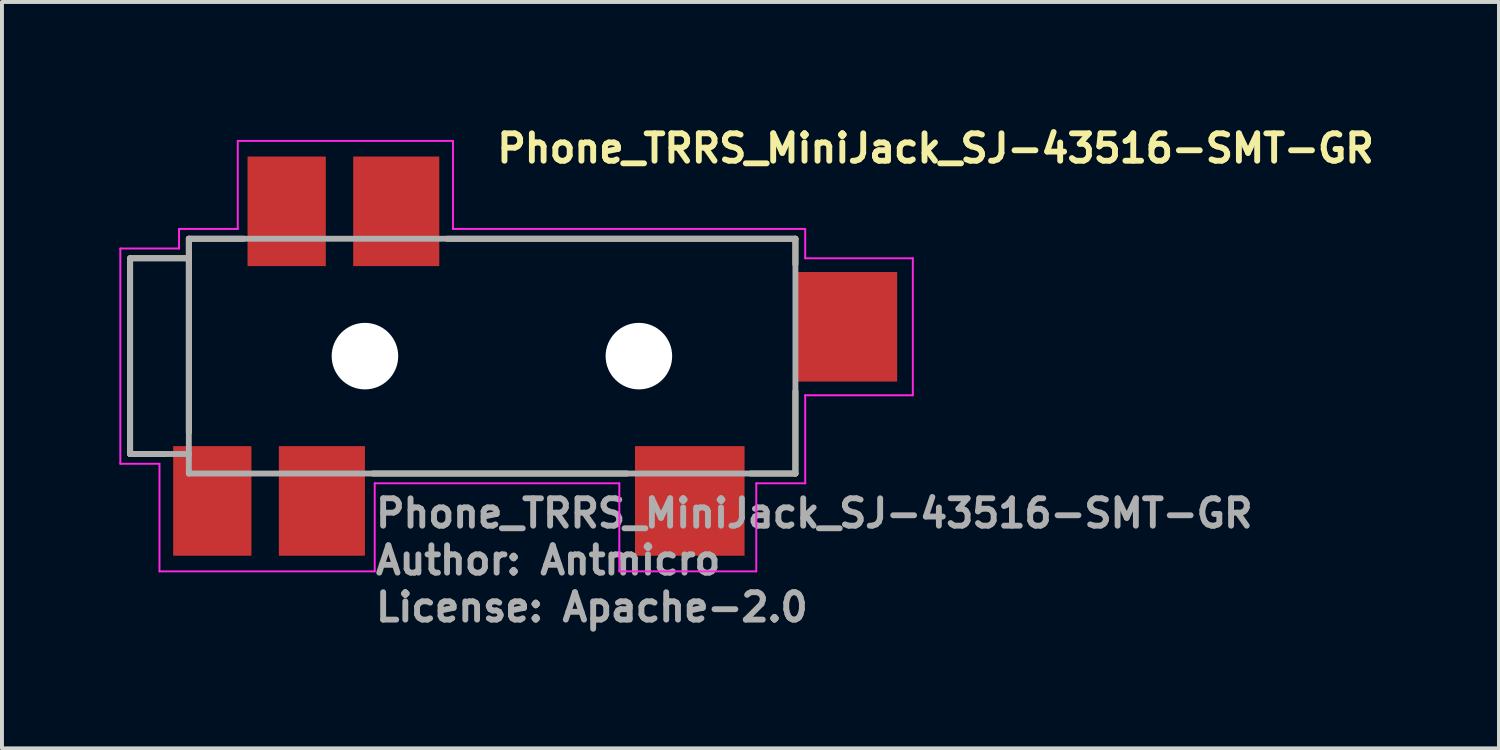
<source format=kicad_pcb>
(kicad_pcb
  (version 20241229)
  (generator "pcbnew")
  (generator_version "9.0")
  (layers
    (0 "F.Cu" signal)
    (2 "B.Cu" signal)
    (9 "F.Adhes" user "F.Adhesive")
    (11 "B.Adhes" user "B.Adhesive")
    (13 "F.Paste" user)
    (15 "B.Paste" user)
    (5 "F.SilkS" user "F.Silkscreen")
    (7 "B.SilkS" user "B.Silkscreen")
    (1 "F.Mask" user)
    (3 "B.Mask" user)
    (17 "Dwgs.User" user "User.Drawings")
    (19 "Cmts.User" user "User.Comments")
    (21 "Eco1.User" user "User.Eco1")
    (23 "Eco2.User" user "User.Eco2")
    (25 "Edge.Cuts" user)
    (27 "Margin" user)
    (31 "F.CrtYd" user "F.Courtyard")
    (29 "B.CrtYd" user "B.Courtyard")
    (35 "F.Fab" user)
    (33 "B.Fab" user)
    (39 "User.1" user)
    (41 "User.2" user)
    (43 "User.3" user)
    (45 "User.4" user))
  (footprint "Phone_TRRS_MiniJack_SJ-43516-SMT-GR"
    (layer "F.Cu")
    (at 9.525 6.05)
    (property "Reference" "Phone_TRRS_MiniJack_SJ-43516-SMT-GR" (at 0.05 -4.9 0) (layer "F.SilkS") (effects (font (size 0.7 0.7) (thickness 0.15)) (justify left bottom)))
    (attr smd)
    (fp_line (start -9.25 -2.5) (end -9.25 2.5) (stroke (width 0.15) (type solid)) (layer "F.SilkS"))
    (fp_line (start -9.25 2.5) (end -8.35 2.5) (stroke (width 0.15) (type solid)) (layer "F.SilkS"))
    (fp_line (start -7.75 -3) (end -7.75 -2.5) (stroke (width 0.15) (type solid)) (layer "F.SilkS"))
    (fp_line (start -7.75 -2.5) (end -9.25 -2.5) (stroke (width 0.15) (type solid)) (layer "F.SilkS"))
    (fp_line (start -7.75 -2.5) (end -7.75 1.95) (stroke (width 0.15) (type solid)) (layer "F.SilkS"))
    (fp_line (start -6.35 -3) (end -7.75 -3) (stroke (width 0.15) (type solid)) (layer "F.SilkS"))
    (fp_line (start -3.05 3) (end 3.45 3) (stroke (width 0.15) (type solid)) (layer "F.SilkS"))
    (fp_line (start 6.6 3) (end 7.75 3) (stroke (width 0.15) (type solid)) (layer "F.SilkS"))
    (fp_line (start 7.75 -3) (end -1.15 -3) (stroke (width 0.15) (type solid)) (layer "F.SilkS"))
    (fp_line (start 7.75 -3) (end 7.75 -2.35) (stroke (width 0.15) (type solid)) (layer "F.SilkS"))
    (fp_line (start 7.75 0.9) (end 7.75 3) (stroke (width 0.15) (type solid)) (layer "F.SilkS"))
    (fp_line (start -9.5 -2.75) (end -8 -2.75) (stroke (width 0.05) (type solid)) (layer "F.CrtYd"))
    (fp_line (start -9.5 2.75) (end -9.5 -2.75) (stroke (width 0.05) (type solid)) (layer "F.CrtYd"))
    (fp_line (start -8.5 2.75) (end -9.5 2.75) (stroke (width 0.05) (type solid)) (layer "F.CrtYd"))
    (fp_line (start -8.5 5.5) (end -8.5 2.75) (stroke (width 0.05) (type solid)) (layer "F.CrtYd"))
    (fp_line (start -8 -3.25) (end -6.5 -3.25) (stroke (width 0.05) (type solid)) (layer "F.CrtYd"))
    (fp_line (start -8 -2.75) (end -8 -3.25) (stroke (width 0.05) (type solid)) (layer "F.CrtYd"))
    (fp_line (start -6.5 -5.5) (end -1 -5.5) (stroke (width 0.05) (type solid)) (layer "F.CrtYd"))
    (fp_line (start -6.5 -3.25) (end -6.5 -5.5) (stroke (width 0.05) (type solid)) (layer "F.CrtYd"))
    (fp_line (start -3 3.25) (end -3 5.5) (stroke (width 0.05) (type solid)) (layer "F.CrtYd"))
    (fp_line (start -3 5.5) (end -8.5 5.5) (stroke (width 0.05) (type solid)) (layer "F.CrtYd"))
    (fp_line (start -1 -5.5) (end -1 -3.25) (stroke (width 0.05) (type solid)) (layer "F.CrtYd"))
    (fp_line (start -1 -3.25) (end 8 -3.25) (stroke (width 0.05) (type solid)) (layer "F.CrtYd"))
    (fp_line (start 3.25 3.25) (end -3 3.25) (stroke (width 0.05) (type solid)) (layer "F.CrtYd"))
    (fp_line (start 3.25 5.5) (end 3.25 3.25) (stroke (width 0.05) (type solid)) (layer "F.CrtYd"))
    (fp_line (start 6.75 3.25) (end 6.75 5.5) (stroke (width 0.05) (type solid)) (layer "F.CrtYd"))
    (fp_line (start 6.75 5.5) (end 3.25 5.5) (stroke (width 0.05) (type solid)) (layer "F.CrtYd"))
    (fp_line (start 8 -3.25) (end 8 -2.5) (stroke (width 0.05) (type solid)) (layer "F.CrtYd"))
    (fp_line (start 8 -2.5) (end 10.75 -2.5) (stroke (width 0.05) (type solid)) (layer "F.CrtYd"))
    (fp_line (start 8 1) (end 8 3.25) (stroke (width 0.05) (type solid)) (layer "F.CrtYd"))
    (fp_line (start 8 3.25) (end 6.75 3.25) (stroke (width 0.05) (type solid)) (layer "F.CrtYd"))
    (fp_line (start 10.75 -2.5) (end 10.75 1) (stroke (width 0.05) (type solid)) (layer "F.CrtYd"))
    (fp_line (start 10.75 1) (end 8 1) (stroke (width 0.05) (type solid)) (layer "F.CrtYd"))
    (fp_line (start -9.25 -2.5) (end -9.25 2.5) (stroke (width 0.15) (type solid)) (layer "F.Fab"))
    (fp_line (start -9.25 2.5) (end -7.75 2.5) (stroke (width 0.15) (type solid)) (layer "F.Fab"))
    (fp_line (start -7.75 -3) (end -7.75 -2.5) (stroke (width 0.15) (type solid)) (layer "F.Fab"))
    (fp_line (start -7.75 -2.5) (end -9.25 -2.5) (stroke (width 0.15) (type solid)) (layer "F.Fab"))
    (fp_line (start -7.75 -2.5) (end -7.75 2.5) (stroke (width 0.15) (type solid)) (layer "F.Fab"))
    (fp_line (start -7.75 2.5) (end -7.75 3) (stroke (width 0.15) (type solid)) (layer "F.Fab"))
    (fp_line (start -7.75 3) (end 7.75 3) (stroke (width 0.15) (type solid)) (layer "F.Fab"))
    (fp_line (start 7.75 -3) (end -7.75 -3) (stroke (width 0.15) (type solid)) (layer "F.Fab"))
    (fp_line (start 7.75 3) (end 7.75 -3) (stroke (width 0.15) (type solid)) (layer "F.Fab"))
    (fp_rect (start -9.45 -4.5) (end 9.75 4.5) (stroke (width 0.1) (type solid)) (fill no) (layer "User.5"))
    (fp_line (start -9.449 2.51) (end -9.45 2.55) (stroke (width 0.02) (type solid)) (layer "User.9"))
    (fp_line (start -9.447 2.471) (end -9.449 2.51) (stroke (width 0.02) (type solid)) (layer "User.9"))
    (fp_line (start -9.443 2.432) (end -9.447 2.471) (stroke (width 0.02) (type solid)) (layer "User.9"))
    (fp_line (start -9.437 2.393) (end -9.443 2.432) (stroke (width 0.02) (type solid)) (layer "User.9"))
    (fp_line (start -9.43 2.355) (end -9.437 2.393) (stroke (width 0.02) (type solid)) (layer "User.9"))
    (fp_line (start -9.421 2.317) (end -9.43 2.355) (stroke (width 0.02) (type solid)) (layer "User.9"))
    (fp_line (start -9.411 2.279) (end -9.421 2.317) (stroke (width 0.02) (type solid)) (layer "User.9"))
    (fp_line (start -9.399 2.242) (end -9.411 2.279) (stroke (width 0.02) (type solid)) (layer "User.9"))
    (fp_line (start -9.385 2.205) (end -9.399 2.242) (stroke (width 0.02) (type solid)) (layer "User.9"))
    (fp_line (start -9.37 2.169) (end -9.385 2.205) (stroke (width 0.02) (type solid)) (layer "User.9"))
    (fp_line (start -9.354 2.133) (end -9.37 2.169) (stroke (width 0.02) (type solid)) (layer "User.9"))
    (fp_line (start -9.336 2.099) (end -9.354 2.133) (stroke (width 0.02) (type solid)) (layer "User.9"))
    (fp_line (start -9.317 2.065) (end -9.336 2.099) (stroke (width 0.02) (type solid)) (layer "User.9"))
    (fp_line (start -9.296 2.031) (end -9.317 2.065) (stroke (width 0.02) (type solid)) (layer "User.9"))
    (fp_line (start -9.274 1.999) (end -9.296 2.031) (stroke (width 0.02) (type solid)) (layer "User.9"))
    (fp_line (start -9.25 -2.3) (end -9.05 -2.5) (stroke (width 0.02) (type solid)) (layer "User.9"))
    (fp_line (start -9.25 -2.25) (end -9.25 -2.3) (stroke (width 0.02) (type solid)) (layer "User.9"))
    (fp_line (start -9.25 -2.25) (end -9.25 -2.25) (stroke (width 0.02) (type solid)) (layer "User.9"))
    (fp_line (start -9.25 -2.102) (end -9.25 -2.25) (stroke (width 0.02) (type solid)) (layer "User.9"))
    (fp_line (start -9.25 -2.102) (end -9.25 -2.102) (stroke (width 0.02) (type solid)) (layer "User.9"))
    (fp_line (start -9.25 -1.864) (end -9.25 -2.102) (stroke (width 0.02) (type solid)) (layer "User.9"))
    (fp_line (start -9.25 -1.864) (end -9.25 -1.864) (stroke (width 0.02) (type solid)) (layer "User.9"))
    (fp_line (start -9.25 -1.544) (end -9.25 -1.864) (stroke (width 0.02) (type solid)) (layer "User.9"))
    (fp_line (start -9.25 -1.544) (end -9.25 -1.544) (stroke (width 0.02) (type solid)) (layer "User.9"))
    (fp_line (start -9.25 -1.157) (end -9.25 -1.544) (stroke (width 0.02) (type solid)) (layer "User.9"))
    (fp_line (start -9.25 -1.157) (end -9.25 -1.157) (stroke (width 0.02) (type solid)) (layer "User.9"))
    (fp_line (start -9.25 -0.72) (end -9.25 -1.157) (stroke (width 0.02) (type solid)) (layer "User.9"))
    (fp_line (start -9.25 -0.72) (end -9.25 -0.72) (stroke (width 0.02) (type solid)) (layer "User.9"))
    (fp_line (start -9.25 -0.252) (end -9.25 -0.72) (stroke (width 0.02) (type solid)) (layer "User.9"))
    (fp_line (start -9.25 -0.252) (end -9.25 -0.252) (stroke (width 0.02) (type solid)) (layer "User.9"))
    (fp_line (start -9.25 0.228) (end -9.25 -0.252) (stroke (width 0.02) (type solid)) (layer "User.9"))
    (fp_line (start -9.25 0.228) (end -9.25 0.228) (stroke (width 0.02) (type solid)) (layer "User.9"))
    (fp_line (start -9.25 0.697) (end -9.25 0.228) (stroke (width 0.02) (type solid)) (layer "User.9"))
    (fp_line (start -9.25 0.697) (end -9.25 0.697) (stroke (width 0.02) (type solid)) (layer "User.9"))
    (fp_line (start -9.25 1.136) (end -9.25 0.697) (stroke (width 0.02) (type solid)) (layer "User.9"))
    (fp_line (start -9.25 1.136) (end -9.25 1.136) (stroke (width 0.02) (type solid)) (layer "User.9"))
    (fp_line (start -9.25 1.526) (end -9.25 1.136) (stroke (width 0.02) (type solid)) (layer "User.9"))
    (fp_line (start -9.25 1.526) (end -9.25 1.526) (stroke (width 0.02) (type solid)) (layer "User.9"))
    (fp_line (start -9.25 1.849) (end -9.25 1.526) (stroke (width 0.02) (type solid)) (layer "User.9"))
    (fp_line (start -9.25 1.849) (end -9.25 1.849) (stroke (width 0.02) (type solid)) (layer "User.9"))
    (fp_line (start -9.25 1.967) (end -9.274 1.999) (stroke (width 0.02) (type solid)) (layer "User.9"))
    (fp_line (start -9.25 2.093) (end -9.25 1.849) (stroke (width 0.02) (type solid)) (layer "User.9"))
    (fp_line (start -9.25 2.093) (end -9.25 2.093) (stroke (width 0.02) (type solid)) (layer "User.9"))
    (fp_line (start -9.25 2.245) (end -9.25 2.093) (stroke (width 0.02) (type solid)) (layer "User.9"))
    (fp_line (start -9.25 2.533) (end -9.25 2.55) (stroke (width 0.02) (type solid)) (layer "User.9"))
    (fp_line (start -9.25 2.55) (end -9.45 2.55) (stroke (width 0.02) (type solid)) (layer "User.9"))
    (fp_line (start -9.249 2.517) (end -9.25 2.533) (stroke (width 0.02) (type solid)) (layer "User.9"))
    (fp_line (start -9.248 2.501) (end -9.249 2.517) (stroke (width 0.02) (type solid)) (layer "User.9"))
    (fp_line (start -9.247 2.484) (end -9.248 2.501) (stroke (width 0.02) (type solid)) (layer "User.9"))
    (fp_line (start -9.245 2.468) (end -9.247 2.484) (stroke (width 0.02) (type solid)) (layer "User.9"))
    (fp_line (start -9.243 2.451) (end -9.245 2.468) (stroke (width 0.02) (type solid)) (layer "User.9"))
    (fp_line (start -9.241 2.435) (end -9.243 2.451) (stroke (width 0.02) (type solid)) (layer "User.9"))
    (fp_line (start -9.238 2.419) (end -9.241 2.435) (stroke (width 0.02) (type solid)) (layer "User.9"))
    (fp_line (start -9.235 2.403) (end -9.238 2.419) (stroke (width 0.02) (type solid)) (layer "User.9"))
    (fp_line (start -9.232 2.387) (end -9.235 2.403) (stroke (width 0.02) (type solid)) (layer "User.9"))
    (fp_line (start -9.228 2.371) (end -9.232 2.387) (stroke (width 0.02) (type solid)) (layer "User.9"))
    (fp_line (start -9.224 2.355) (end -9.228 2.371) (stroke (width 0.02) (type solid)) (layer "User.9"))
    (fp_line (start -9.22 2.339) (end -9.224 2.355) (stroke (width 0.02) (type solid)) (layer "User.9"))
    (fp_line (start -9.215 2.323) (end -9.22 2.339) (stroke (width 0.02) (type solid)) (layer "User.9"))
    (fp_line (start -9.21 2.307) (end -9.215 2.323) (stroke (width 0.02) (type solid)) (layer "User.9"))
    (fp_line (start -9.204 2.292) (end -9.21 2.307) (stroke (width 0.02) (type solid)) (layer "User.9"))
    (fp_line (start -9.204 2.292) (end -9.05 2.449) (stroke (width 0.02) (type solid)) (layer "User.9"))
    (fp_line (start -9.05 -2.5) (end -9.05 -2.445) (stroke (width 0.02) (type solid)) (layer "User.9"))
    (fp_line (start -9.05 -2.5) (end -7.75 -2.5) (stroke (width 0.02) (type solid)) (layer "User.9"))
    (fp_line (start -9.05 -2.445) (end -9.05 -2.445) (stroke (width 0.02) (type solid)) (layer "User.9"))
    (fp_line (start -9.05 -2.445) (end -9.05 -2.283) (stroke (width 0.02) (type solid)) (layer "User.9"))
    (fp_line (start -9.05 -2.283) (end -9.05 -2.283) (stroke (width 0.02) (type solid)) (layer "User.9"))
    (fp_line (start -9.05 -2.283) (end -9.05 -2.02) (stroke (width 0.02) (type solid)) (layer "User.9"))
    (fp_line (start -9.05 -2.02) (end -9.05 -2.02) (stroke (width 0.02) (type solid)) (layer "User.9"))
    (fp_line (start -9.05 -2.02) (end -9.05 -1.669) (stroke (width 0.02) (type solid)) (layer "User.9"))
    (fp_line (start -9.05 -1.669) (end -9.05 -1.669) (stroke (width 0.02) (type solid)) (layer "User.9"))
    (fp_line (start -9.05 -1.669) (end -9.05 -1.244) (stroke (width 0.02) (type solid)) (layer "User.9"))
    (fp_line (start -9.05 -1.244) (end -9.05 -1.244) (stroke (width 0.02) (type solid)) (layer "User.9"))
    (fp_line (start -9.05 -1.244) (end -9.05 -0.764) (stroke (width 0.02) (type solid)) (layer "User.9"))
    (fp_line (start -9.05 -0.764) (end -9.05 -0.764) (stroke (width 0.02) (type solid)) (layer "User.9"))
    (fp_line (start -9.05 -0.764) (end -9.05 -0.251) (stroke (width 0.02) (type solid)) (layer "User.9"))
    (fp_line (start -9.05 -0.251) (end -9.05 -0.251) (stroke (width 0.02) (type solid)) (layer "User.9"))
    (fp_line (start -9.05 -0.251) (end -9.05 0.273) (stroke (width 0.02) (type solid)) (layer "User.9"))
    (fp_line (start -9.05 0.273) (end -9.05 0.273) (stroke (width 0.02) (type solid)) (layer "User.9"))
    (fp_line (start -9.05 0.273) (end -9.05 0.785) (stroke (width 0.02) (type solid)) (layer "User.9"))
    (fp_line (start -9.05 0.785) (end -9.05 0.785) (stroke (width 0.02) (type solid)) (layer "User.9"))
    (fp_line (start -9.05 0.785) (end -9.05 1.262) (stroke (width 0.02) (type solid)) (layer "User.9"))
    (fp_line (start -9.05 1.262) (end -9.05 1.262) (stroke (width 0.02) (type solid)) (layer "User.9"))
    (fp_line (start -9.05 1.262) (end -9.05 1.685) (stroke (width 0.02) (type solid)) (layer "User.9"))
    (fp_line (start -9.05 1.685) (end -9.05 1.685) (stroke (width 0.02) (type solid)) (layer "User.9"))
    (fp_line (start -9.05 1.685) (end -9.05 2.033) (stroke (width 0.02) (type solid)) (layer "User.9"))
    (fp_line (start -9.05 2.033) (end -9.05 2.033) (stroke (width 0.02) (type solid)) (layer "User.9"))
    (fp_line (start -9.05 2.033) (end -9.05 2.291) (stroke (width 0.02) (type solid)) (layer "User.9"))
    (fp_line (start -9.05 2.291) (end -9.05 2.291) (stroke (width 0.02) (type solid)) (layer "User.9"))
    (fp_line (start -9.05 2.291) (end -9.05 2.449) (stroke (width 0.02) (type solid)) (layer "User.9"))
    (fp_line (start -9.05 2.449) (end -9.25 2.245) (stroke (width 0.02) (type solid)) (layer "User.9"))
    (fp_line (start -9.05 2.449) (end -7.75 2.449) (stroke (width 0.02) (type solid)) (layer "User.9"))
    (fp_line (start -7.75 0) (end -7.75 -3) (stroke (width 0.02) (type solid)) (layer "User.9"))
    (fp_line (start -7.75 3) (end -7.75 0) (stroke (width 0.02) (type solid)) (layer "User.9"))
    (fp_line (start -7.7 3.2) (end -7.7 3) (stroke (width 0.02) (type solid)) (layer "User.9"))
    (fp_line (start -7.55 3.2) (end -7.55 4.3) (stroke (width 0.02) (type solid)) (layer "User.9"))
    (fp_line (start -7.55 4.3) (end -7.55 4.31) (stroke (width 0.02) (type solid)) (layer "User.9"))
    (fp_line (start -7.55 4.31) (end -7.549 4.32) (stroke (width 0.02) (type solid)) (layer "User.9"))
    (fp_line (start -7.549 4.32) (end -7.548 4.33) (stroke (width 0.02) (type solid)) (layer "User.9"))
    (fp_line (start -7.548 4.33) (end -7.546 4.339) (stroke (width 0.02) (type solid)) (layer "User.9"))
    (fp_line (start -7.546 4.339) (end -7.544 4.349) (stroke (width 0.02) (type solid)) (layer "User.9"))
    (fp_line (start -7.544 4.349) (end -7.541 4.358) (stroke (width 0.02) (type solid)) (layer "User.9"))
    (fp_line (start -7.541 4.358) (end -7.538 4.367) (stroke (width 0.02) (type solid)) (layer "User.9"))
    (fp_line (start -7.538 4.367) (end -7.535 4.377) (stroke (width 0.02) (type solid)) (layer "User.9"))
    (fp_line (start -7.535 4.377) (end -7.531 4.385) (stroke (width 0.02) (type solid)) (layer "User.9"))
    (fp_line (start -7.531 4.385) (end -7.526 4.394) (stroke (width 0.02) (type solid)) (layer "User.9"))
    (fp_line (start -7.526 4.394) (end -7.522 4.403) (stroke (width 0.02) (type solid)) (layer "User.9"))
    (fp_line (start -7.522 4.403) (end -7.516 4.411) (stroke (width 0.02) (type solid)) (layer "User.9"))
    (fp_line (start -7.516 4.411) (end -7.511 4.419) (stroke (width 0.02) (type solid)) (layer "User.9"))
    (fp_line (start -7.511 4.419) (end -7.505 4.427) (stroke (width 0.02) (type solid)) (layer "User.9"))
    (fp_line (start -7.505 4.427) (end -7.498 4.434) (stroke (width 0.02) (type solid)) (layer "User.9"))
    (fp_line (start -7.498 4.434) (end -7.491 4.441) (stroke (width 0.02) (type solid)) (layer "User.9"))
    (fp_line (start -7.491 4.441) (end -7.491 4.441) (stroke (width 0.02) (type solid)) (layer "User.9"))
    (fp_line (start -7.491 4.441) (end -7.484 4.448) (stroke (width 0.02) (type solid)) (layer "User.9"))
    (fp_line (start -7.484 4.448) (end -7.477 4.455) (stroke (width 0.02) (type solid)) (layer "User.9"))
    (fp_line (start -7.477 4.455) (end -7.469 4.461) (stroke (width 0.02) (type solid)) (layer "User.9"))
    (fp_line (start -7.469 4.461) (end -7.461 4.466) (stroke (width 0.02) (type solid)) (layer "User.9"))
    (fp_line (start -7.461 4.466) (end -7.453 4.472) (stroke (width 0.02) (type solid)) (layer "User.9"))
    (fp_line (start -7.453 4.472) (end -7.444 4.476) (stroke (width 0.02) (type solid)) (layer "User.9"))
    (fp_line (start -7.444 4.476) (end -7.435 4.481) (stroke (width 0.02) (type solid)) (layer "User.9"))
    (fp_line (start -7.435 4.481) (end -7.427 4.485) (stroke (width 0.02) (type solid)) (layer "User.9"))
    (fp_line (start -7.427 4.485) (end -7.417 4.488) (stroke (width 0.02) (type solid)) (layer "User.9"))
    (fp_line (start -7.417 4.488) (end -7.408 4.491) (stroke (width 0.02) (type solid)) (layer "User.9"))
    (fp_line (start -7.408 4.491) (end -7.399 4.494) (stroke (width 0.02) (type solid)) (layer "User.9"))
    (fp_line (start -7.399 4.494) (end -7.389 4.496) (stroke (width 0.02) (type solid)) (layer "User.9"))
    (fp_line (start -7.389 4.496) (end -7.38 4.498) (stroke (width 0.02) (type solid)) (layer "User.9"))
    (fp_line (start -7.38 4.498) (end -7.37 4.499) (stroke (width 0.02) (type solid)) (layer "User.9"))
    (fp_line (start -7.37 4.499) (end -7.36 4.5) (stroke (width 0.02) (type solid)) (layer "User.9"))
    (fp_line (start -7.36 4.5) (end -7.35 4.5) (stroke (width 0.02) (type solid)) (layer "User.9"))
    (fp_line (start -7.35 4.5) (end -6.95 4.5) (stroke (width 0.02) (type solid)) (layer "User.9"))
    (fp_line (start -6.95 4.5) (end -6.94 4.5) (stroke (width 0.02) (type solid)) (layer "User.9"))
    (fp_line (start -6.94 4.5) (end -6.93 4.499) (stroke (width 0.02) (type solid)) (layer "User.9"))
    (fp_line (start -6.93 4.499) (end -6.92 4.498) (stroke (width 0.02) (type solid)) (layer "User.9"))
    (fp_line (start -6.92 4.498) (end -6.91 4.496) (stroke (width 0.02) (type solid)) (layer "User.9"))
    (fp_line (start -6.91 4.496) (end -6.9 4.494) (stroke (width 0.02) (type solid)) (layer "User.9"))
    (fp_line (start -6.9 4.494) (end -6.891 4.491) (stroke (width 0.02) (type solid)) (layer "User.9"))
    (fp_line (start -6.891 4.491) (end -6.881 4.488) (stroke (width 0.02) (type solid)) (layer "User.9"))
    (fp_line (start -6.881 4.488) (end -6.872 4.484) (stroke (width 0.02) (type solid)) (layer "User.9"))
    (fp_line (start -6.872 4.484) (end -6.863 4.48) (stroke (width 0.02) (type solid)) (layer "User.9"))
    (fp_line (start -6.863 4.48) (end -6.855 4.476) (stroke (width 0.02) (type solid)) (layer "User.9"))
    (fp_line (start -6.855 4.476) (end -6.846 4.471) (stroke (width 0.02) (type solid)) (layer "User.9"))
    (fp_line (start -6.846 4.471) (end -6.838 4.466) (stroke (width 0.02) (type solid)) (layer "User.9"))
    (fp_line (start -6.838 4.466) (end -6.83 4.46) (stroke (width 0.02) (type solid)) (layer "User.9"))
    (fp_line (start -6.83 4.46) (end -6.823 4.454) (stroke (width 0.02) (type solid)) (layer "User.9"))
    (fp_line (start -6.823 4.454) (end -6.816 4.448) (stroke (width 0.02) (type solid)) (layer "User.9"))
    (fp_line (start -6.816 4.448) (end -6.809 4.441) (stroke (width 0.02) (type solid)) (layer "User.9"))
    (fp_line (start -6.809 4.441) (end -6.802 4.434) (stroke (width 0.02) (type solid)) (layer "User.9"))
    (fp_line (start -6.802 4.434) (end -6.796 4.427) (stroke (width 0.02) (type solid)) (layer "User.9"))
    (fp_line (start -6.796 4.427) (end -6.79 4.42) (stroke (width 0.02) (type solid)) (layer "User.9"))
    (fp_line (start -6.79 4.42) (end -6.784 4.412) (stroke (width 0.02) (type solid)) (layer "User.9"))
    (fp_line (start -6.784 4.412) (end -6.779 4.404) (stroke (width 0.02) (type solid)) (layer "User.9"))
    (fp_line (start -6.779 4.404) (end -6.774 4.395) (stroke (width 0.02) (type solid)) (layer "User.9"))
    (fp_line (start -6.774 4.395) (end -6.77 4.387) (stroke (width 0.02) (type solid)) (layer "User.9"))
    (fp_line (start -6.77 4.387) (end -6.766 4.378) (stroke (width 0.02) (type solid)) (layer "User.9"))
    (fp_line (start -6.766 4.378) (end -6.762 4.369) (stroke (width 0.02) (type solid)) (layer "User.9"))
    (fp_line (start -6.762 4.369) (end -6.759 4.359) (stroke (width 0.02) (type solid)) (layer "User.9"))
    (fp_line (start -6.759 4.359) (end -6.756 4.35) (stroke (width 0.02) (type solid)) (layer "User.9"))
    (fp_line (start -6.756 4.35) (end -6.754 4.34) (stroke (width 0.02) (type solid)) (layer "User.9"))
    (fp_line (start -6.754 4.34) (end -6.752 4.33) (stroke (width 0.02) (type solid)) (layer "User.9"))
    (fp_line (start -6.752 4.33) (end -6.751 4.32) (stroke (width 0.02) (type solid)) (layer "User.9"))
    (fp_line (start -6.751 4.32) (end -6.75 4.31) (stroke (width 0.02) (type solid)) (layer "User.9"))
    (fp_line (start -6.75 3) (end -7.75 3) (stroke (width 0.02) (type solid)) (layer "User.9"))
    (fp_line (start -6.75 3.2) (end -7.7 3.2) (stroke (width 0.02) (type solid)) (layer "User.9"))
    (fp_line (start -6.75 3.7) (end -6.75 3) (stroke (width 0.02) (type solid)) (layer "User.9"))
    (fp_line (start -6.75 3.7) (end -6.75 4.3) (stroke (width 0.02) (type solid)) (layer "User.9"))
    (fp_line (start -6.75 4.31) (end -6.75 4.3) (stroke (width 0.02) (type solid)) (layer "User.9"))
    (fp_line (start -6.25 -2.5) (end -6.25 -0.9) (stroke (width 0.02) (type solid)) (layer "User.9"))
    (fp_line (start -6.25 -0.9) (end -0.25 -0.9) (stroke (width 0.02) (type solid)) (layer "User.9"))
    (fp_line (start -6.25 2.153) (end -6.25 2.753) (stroke (width 0.02) (type solid)) (layer "User.9"))
    (fp_line (start -6.25 2.753) (end -3.25 2.753) (stroke (width 0.02) (type solid)) (layer "User.9"))
    (fp_line (start -6.15 -2.4) (end -6.15 -1) (stroke (width 0.02) (type solid)) (layer "User.9"))
    (fp_line (start -6.15 -1) (end -0.35 -1) (stroke (width 0.02) (type solid)) (layer "User.9"))
    (fp_line (start -6.15 2.253) (end -6.15 2.653) (stroke (width 0.02) (type solid)) (layer "User.9"))
    (fp_line (start -6.15 2.653) (end -3.35 2.653) (stroke (width 0.02) (type solid)) (layer "User.9"))
    (fp_line (start -5.75 -3) (end -7.75 -3) (stroke (width 0.02) (type solid)) (layer "User.9"))
    (fp_line (start -5.75 -3) (end -5.75 -2.5) (stroke (width 0.02) (type solid)) (layer "User.9"))
    (fp_line (start -5.75 -2.5) (end -6.25 -2.5) (stroke (width 0.02) (type solid)) (layer "User.9"))
    (fp_line (start -5.75 3) (end -5.75 3.7) (stroke (width 0.02) (type solid)) (layer "User.9"))
    (fp_line (start -5.75 3.7) (end -6.75 3.7) (stroke (width 0.02) (type solid)) (layer "User.9"))
    (fp_line (start -5.65 -4.31) (end -5.65 -4.3) (stroke (width 0.02) (type solid)) (layer "User.9"))
    (fp_line (start -5.65 -2.75) (end -5.65 -4.3) (stroke (width 0.02) (type solid)) (layer "User.9"))
    (fp_line (start -5.65 -2.7) (end -5.65 -2.75) (stroke (width 0.02) (type solid)) (layer "User.9"))
    (fp_line (start -5.65 -2.7) (end -4.85 -2.7) (stroke (width 0.02) (type solid)) (layer "User.9"))
    (fp_line (start -5.65 -2.612) (end -5.65 -2.7) (stroke (width 0.02) (type solid)) (layer "User.9"))
    (fp_line (start -5.65 -2.612) (end -5.65 -2.612) (stroke (width 0.02) (type solid)) (layer "User.9"))
    (fp_line (start -5.65 -2.5) (end -5.75 -2.5) (stroke (width 0.02) (type solid)) (layer "User.9"))
    (fp_line (start -5.65 -2.4) (end -6.15 -2.4) (stroke (width 0.02) (type solid)) (layer "User.9"))
    (fp_line (start -5.65 -2.4) (end -5.65 -2.612) (stroke (width 0.02) (type solid)) (layer "User.9"))
    (fp_line (start -5.649 -4.32) (end -5.65 -4.31) (stroke (width 0.02) (type solid)) (layer "User.9"))
    (fp_line (start -5.648 -4.33) (end -5.649 -4.32) (stroke (width 0.02) (type solid)) (layer "User.9"))
    (fp_line (start -5.646 -4.339) (end -5.648 -4.33) (stroke (width 0.02) (type solid)) (layer "User.9"))
    (fp_line (start -5.644 -4.349) (end -5.646 -4.339) (stroke (width 0.02) (type solid)) (layer "User.9"))
    (fp_line (start -5.641 -4.358) (end -5.644 -4.349) (stroke (width 0.02) (type solid)) (layer "User.9"))
    (fp_line (start -5.638 -4.367) (end -5.641 -4.358) (stroke (width 0.02) (type solid)) (layer "User.9"))
    (fp_line (start -5.635 -4.377) (end -5.638 -4.367) (stroke (width 0.02) (type solid)) (layer "User.9"))
    (fp_line (start -5.631 -4.385) (end -5.635 -4.377) (stroke (width 0.02) (type solid)) (layer "User.9"))
    (fp_line (start -5.626 -4.394) (end -5.631 -4.385) (stroke (width 0.02) (type solid)) (layer "User.9"))
    (fp_line (start -5.622 -4.403) (end -5.626 -4.394) (stroke (width 0.02) (type solid)) (layer "User.9"))
    (fp_line (start -5.616 -4.411) (end -5.622 -4.403) (stroke (width 0.02) (type solid)) (layer "User.9"))
    (fp_line (start -5.611 -4.419) (end -5.616 -4.411) (stroke (width 0.02) (type solid)) (layer "User.9"))
    (fp_line (start -5.605 -4.427) (end -5.611 -4.419) (stroke (width 0.02) (type solid)) (layer "User.9"))
    (fp_line (start -5.598 -4.434) (end -5.605 -4.427) (stroke (width 0.02) (type solid)) (layer "User.9"))
    (fp_line (start -5.591 -4.441) (end -5.598 -4.434) (stroke (width 0.02) (type solid)) (layer "User.9"))
    (fp_line (start -5.591 -4.441) (end -5.591 -4.441) (stroke (width 0.02) (type solid)) (layer "User.9"))
    (fp_line (start -5.584 -4.448) (end -5.591 -4.441) (stroke (width 0.02) (type solid)) (layer "User.9"))
    (fp_line (start -5.577 -4.455) (end -5.584 -4.448) (stroke (width 0.02) (type solid)) (layer "User.9"))
    (fp_line (start -5.569 -4.461) (end -5.577 -4.455) (stroke (width 0.02) (type solid)) (layer "User.9"))
    (fp_line (start -5.561 -4.466) (end -5.569 -4.461) (stroke (width 0.02) (type solid)) (layer "User.9"))
    (fp_line (start -5.553 -4.472) (end -5.561 -4.466) (stroke (width 0.02) (type solid)) (layer "User.9"))
    (fp_line (start -5.544 -4.476) (end -5.553 -4.472) (stroke (width 0.02) (type solid)) (layer "User.9"))
    (fp_line (start -5.535 -4.481) (end -5.544 -4.476) (stroke (width 0.02) (type solid)) (layer "User.9"))
    (fp_line (start -5.527 -4.485) (end -5.535 -4.481) (stroke (width 0.02) (type solid)) (layer "User.9"))
    (fp_line (start -5.517 -4.488) (end -5.527 -4.485) (stroke (width 0.02) (type solid)) (layer "User.9"))
    (fp_line (start -5.508 -4.491) (end -5.517 -4.488) (stroke (width 0.02) (type solid)) (layer "User.9"))
    (fp_line (start -5.499 -4.494) (end -5.508 -4.491) (stroke (width 0.02) (type solid)) (layer "User.9"))
    (fp_line (start -5.489 -4.496) (end -5.499 -4.494) (stroke (width 0.02) (type solid)) (layer "User.9"))
    (fp_line (start -5.48 -4.498) (end -5.489 -4.496) (stroke (width 0.02) (type solid)) (layer "User.9"))
    (fp_line (start -5.47 -4.499) (end -5.48 -4.498) (stroke (width 0.02) (type solid)) (layer "User.9"))
    (fp_line (start -5.46 -4.5) (end -5.47 -4.499) (stroke (width 0.02) (type solid)) (layer "User.9"))
    (fp_line (start -5.45 -4.5) (end -5.46 -4.5) (stroke (width 0.02) (type solid)) (layer "User.9"))
    (fp_line (start -5.45 -4.5) (end -5.05 -4.5) (stroke (width 0.02) (type solid)) (layer "User.9"))
    (fp_line (start -5.04 -4.5) (end -5.05 -4.5) (stroke (width 0.02) (type solid)) (layer "User.9"))
    (fp_line (start -5.03 -4.499) (end -5.04 -4.5) (stroke (width 0.02) (type solid)) (layer "User.9"))
    (fp_line (start -5.02 -4.498) (end -5.03 -4.499) (stroke (width 0.02) (type solid)) (layer "User.9"))
    (fp_line (start -5.011 -4.496) (end -5.02 -4.498) (stroke (width 0.02) (type solid)) (layer "User.9"))
    (fp_line (start -5.001 -4.494) (end -5.011 -4.496) (stroke (width 0.02) (type solid)) (layer "User.9"))
    (fp_line (start -4.992 -4.491) (end -5.001 -4.494) (stroke (width 0.02) (type solid)) (layer "User.9"))
    (fp_line (start -4.983 -4.488) (end -4.992 -4.491) (stroke (width 0.02) (type solid)) (layer "User.9"))
    (fp_line (start -4.973 -4.485) (end -4.983 -4.488) (stroke (width 0.02) (type solid)) (layer "User.9"))
    (fp_line (start -4.965 -4.481) (end -4.973 -4.485) (stroke (width 0.02) (type solid)) (layer "User.9"))
    (fp_line (start -4.956 -4.476) (end -4.965 -4.481) (stroke (width 0.02) (type solid)) (layer "User.9"))
    (fp_line (start -4.947 -4.472) (end -4.956 -4.476) (stroke (width 0.02) (type solid)) (layer "User.9"))
    (fp_line (start -4.939 -4.466) (end -4.947 -4.472) (stroke (width 0.02) (type solid)) (layer "User.9"))
    (fp_line (start -4.931 -4.461) (end -4.939 -4.466) (stroke (width 0.02) (type solid)) (layer "User.9"))
    (fp_line (start -4.923 -4.455) (end -4.931 -4.461) (stroke (width 0.02) (type solid)) (layer "User.9"))
    (fp_line (start -4.916 -4.448) (end -4.923 -4.455) (stroke (width 0.02) (type solid)) (layer "User.9"))
    (fp_line (start -4.909 -4.441) (end -4.916 -4.448) (stroke (width 0.02) (type solid)) (layer "User.9"))
    (fp_line (start -4.909 -4.441) (end -4.909 -4.441) (stroke (width 0.02) (type solid)) (layer "User.9"))
    (fp_line (start -4.902 -4.434) (end -4.909 -4.441) (stroke (width 0.02) (type solid)) (layer "User.9"))
    (fp_line (start -4.895 -4.427) (end -4.902 -4.434) (stroke (width 0.02) (type solid)) (layer "User.9"))
    (fp_line (start -4.889 -4.419) (end -4.895 -4.427) (stroke (width 0.02) (type solid)) (layer "User.9"))
    (fp_line (start -4.884 -4.411) (end -4.889 -4.419) (stroke (width 0.02) (type solid)) (layer "User.9"))
    (fp_line (start -4.878 -4.403) (end -4.884 -4.411) (stroke (width 0.02) (type solid)) (layer "User.9"))
    (fp_line (start -4.874 -4.394) (end -4.878 -4.403) (stroke (width 0.02) (type solid)) (layer "User.9"))
    (fp_line (start -4.869 -4.385) (end -4.874 -4.394) (stroke (width 0.02) (type solid)) (layer "User.9"))
    (fp_line (start -4.865 -4.377) (end -4.869 -4.385) (stroke (width 0.02) (type solid)) (layer "User.9"))
    (fp_line (start -4.862 -4.367) (end -4.865 -4.377) (stroke (width 0.02) (type solid)) (layer "User.9"))
    (fp_line (start -4.859 -4.358) (end -4.862 -4.367) (stroke (width 0.02) (type solid)) (layer "User.9"))
    (fp_line (start -4.856 -4.349) (end -4.859 -4.358) (stroke (width 0.02) (type solid)) (layer "User.9"))
    (fp_line (start -4.854 -4.339) (end -4.856 -4.349) (stroke (width 0.02) (type solid)) (layer "User.9"))
    (fp_line (start -4.852 -4.33) (end -4.854 -4.339) (stroke (width 0.02) (type solid)) (layer "User.9"))
    (fp_line (start -4.851 -4.32) (end -4.852 -4.33) (stroke (width 0.02) (type solid)) (layer "User.9"))
    (fp_line (start -4.85 -4.31) (end -4.851 -4.32) (stroke (width 0.02) (type solid)) (layer "User.9"))
    (fp_line (start -4.85 -4.3) (end -4.85 -4.31) (stroke (width 0.02) (type solid)) (layer "User.9"))
    (fp_line (start -4.85 -2.75) (end -4.85 -4.3) (stroke (width 0.02) (type solid)) (layer "User.9"))
    (fp_line (start -4.85 -2.7) (end -4.85 -2.75) (stroke (width 0.02) (type solid)) (layer "User.9"))
    (fp_line (start -4.85 -2.612) (end -4.85 -2.7) (stroke (width 0.02) (type solid)) (layer "User.9"))
    (fp_line (start -4.85 -2.612) (end -4.85 -2.612) (stroke (width 0.02) (type solid)) (layer "User.9"))
    (fp_line (start -4.85 -2.4) (end -4.85 -2.612) (stroke (width 0.02) (type solid)) (layer "User.9"))
    (fp_line (start -4.85 3.2) (end -4.85 4.3) (stroke (width 0.02) (type solid)) (layer "User.9"))
    (fp_line (start -4.85 4.3) (end -4.85 4.31) (stroke (width 0.02) (type solid)) (layer "User.9"))
    (fp_line (start -4.85 4.31) (end -4.849 4.32) (stroke (width 0.02) (type solid)) (layer "User.9"))
    (fp_line (start -4.849 4.32) (end -4.848 4.33) (stroke (width 0.02) (type solid)) (layer "User.9"))
    (fp_line (start -4.848 4.33) (end -4.846 4.34) (stroke (width 0.02) (type solid)) (layer "User.9"))
    (fp_line (start -4.846 4.34) (end -4.844 4.35) (stroke (width 0.02) (type solid)) (layer "User.9"))
    (fp_line (start -4.844 4.35) (end -4.841 4.359) (stroke (width 0.02) (type solid)) (layer "User.9"))
    (fp_line (start -4.841 4.359) (end -4.838 4.369) (stroke (width 0.02) (type solid)) (layer "User.9"))
    (fp_line (start -4.838 4.369) (end -4.834 4.378) (stroke (width 0.02) (type solid)) (layer "User.9"))
    (fp_line (start -4.834 4.378) (end -4.83 4.387) (stroke (width 0.02) (type solid)) (layer "User.9"))
    (fp_line (start -4.83 4.387) (end -4.826 4.395) (stroke (width 0.02) (type solid)) (layer "User.9"))
    (fp_line (start -4.826 4.395) (end -4.821 4.404) (stroke (width 0.02) (type solid)) (layer "User.9"))
    (fp_line (start -4.821 4.404) (end -4.816 4.412) (stroke (width 0.02) (type solid)) (layer "User.9"))
    (fp_line (start -4.816 4.412) (end -4.81 4.42) (stroke (width 0.02) (type solid)) (layer "User.9"))
    (fp_line (start -4.81 4.42) (end -4.804 4.427) (stroke (width 0.02) (type solid)) (layer "User.9"))
    (fp_line (start -4.804 4.427) (end -4.798 4.434) (stroke (width 0.02) (type solid)) (layer "User.9"))
    (fp_line (start -4.798 4.434) (end -4.791 4.441) (stroke (width 0.02) (type solid)) (layer "User.9"))
    (fp_line (start -4.791 4.441) (end -4.784 4.448) (stroke (width 0.02) (type solid)) (layer "User.9"))
    (fp_line (start -4.784 4.448) (end -4.777 4.454) (stroke (width 0.02) (type solid)) (layer "User.9"))
    (fp_line (start -4.777 4.454) (end -4.77 4.46) (stroke (width 0.02) (type solid)) (layer "User.9"))
    (fp_line (start -4.77 4.46) (end -4.762 4.466) (stroke (width 0.02) (type solid)) (layer "User.9"))
    (fp_line (start -4.762 4.466) (end -4.754 4.471) (stroke (width 0.02) (type solid)) (layer "User.9"))
    (fp_line (start -4.754 4.471) (end -4.745 4.476) (stroke (width 0.02) (type solid)) (layer "User.9"))
    (fp_line (start -4.75 -2.5) (end -4.85 -2.5) (stroke (width 0.02) (type solid)) (layer "User.9"))
    (fp_line (start -4.75 -2.5) (end -4.75 -3) (stroke (width 0.02) (type solid)) (layer "User.9"))
    (fp_line (start -4.745 4.476) (end -4.737 4.48) (stroke (width 0.02) (type solid)) (layer "User.9"))
    (fp_line (start -4.737 4.48) (end -4.728 4.484) (stroke (width 0.02) (type solid)) (layer "User.9"))
    (fp_line (start -4.728 4.484) (end -4.719 4.488) (stroke (width 0.02) (type solid)) (layer "User.9"))
    (fp_line (start -4.719 4.488) (end -4.709 4.491) (stroke (width 0.02) (type solid)) (layer "User.9"))
    (fp_line (start -4.709 4.491) (end -4.7 4.494) (stroke (width 0.02) (type solid)) (layer "User.9"))
    (fp_line (start -4.7 4.494) (end -4.69 4.496) (stroke (width 0.02) (type solid)) (layer "User.9"))
    (fp_line (start -4.69 4.496) (end -4.68 4.498) (stroke (width 0.02) (type solid)) (layer "User.9"))
    (fp_line (start -4.68 4.498) (end -4.67 4.499) (stroke (width 0.02) (type solid)) (layer "User.9"))
    (fp_line (start -4.67 4.499) (end -4.66 4.5) (stroke (width 0.02) (type solid)) (layer "User.9"))
    (fp_line (start -4.66 4.5) (end -4.65 4.5) (stroke (width 0.02) (type solid)) (layer "User.9"))
    (fp_line (start -4.65 4.5) (end -4.05 4.5) (stroke (width 0.02) (type solid)) (layer "User.9"))
    (fp_line (start -4.05 4.5) (end -4.04 4.5) (stroke (width 0.02) (type solid)) (layer "User.9"))
    (fp_line (start -4.04 4.5) (end -4.03 4.499) (stroke (width 0.02) (type solid)) (layer "User.9"))
    (fp_line (start -4.03 4.499) (end -4.02 4.498) (stroke (width 0.02) (type solid)) (layer "User.9"))
    (fp_line (start -4.02 4.498) (end -4.011 4.496) (stroke (width 0.02) (type solid)) (layer "User.9"))
    (fp_line (start -4.011 4.496) (end -4.001 4.494) (stroke (width 0.02) (type solid)) (layer "User.9"))
    (fp_line (start -4.001 4.494) (end -3.992 4.491) (stroke (width 0.02) (type solid)) (layer "User.9"))
    (fp_line (start -3.992 4.491) (end -3.983 4.488) (stroke (width 0.02) (type solid)) (layer "User.9"))
    (fp_line (start -3.983 4.488) (end -3.973 4.485) (stroke (width 0.02) (type solid)) (layer "User.9"))
    (fp_line (start -3.973 4.485) (end -3.965 4.481) (stroke (width 0.02) (type solid)) (layer "User.9"))
    (fp_line (start -3.965 4.481) (end -3.956 4.476) (stroke (width 0.02) (type solid)) (layer "User.9"))
    (fp_line (start -3.956 4.476) (end -3.947 4.472) (stroke (width 0.02) (type solid)) (layer "User.9"))
    (fp_line (start -3.947 4.472) (end -3.939 4.466) (stroke (width 0.02) (type solid)) (layer "User.9"))
    (fp_line (start -3.939 4.466) (end -3.931 4.461) (stroke (width 0.02) (type solid)) (layer "User.9"))
    (fp_line (start -3.931 4.461) (end -3.923 4.455) (stroke (width 0.02) (type solid)) (layer "User.9"))
    (fp_line (start -3.923 4.455) (end -3.916 4.448) (stroke (width 0.02) (type solid)) (layer "User.9"))
    (fp_line (start -3.916 4.448) (end -3.909 4.441) (stroke (width 0.02) (type solid)) (layer "User.9"))
    (fp_line (start -3.909 4.441) (end -3.909 4.441) (stroke (width 0.02) (type solid)) (layer "User.9"))
    (fp_line (start -3.909 4.441) (end -3.902 4.434) (stroke (width 0.02) (type solid)) (layer "User.9"))
    (fp_line (start -3.902 4.434) (end -3.895 4.427) (stroke (width 0.02) (type solid)) (layer "User.9"))
    (fp_line (start -3.895 4.427) (end -3.889 4.419) (stroke (width 0.02) (type solid)) (layer "User.9"))
    (fp_line (start -3.889 4.419) (end -3.884 4.411) (stroke (width 0.02) (type solid)) (layer "User.9"))
    (fp_line (start -3.884 4.411) (end -3.878 4.403) (stroke (width 0.02) (type solid)) (layer "User.9"))
    (fp_line (start -3.878 4.403) (end -3.874 4.394) (stroke (width 0.02) (type solid)) (layer "User.9"))
    (fp_line (start -3.874 4.394) (end -3.869 4.385) (stroke (width 0.02) (type solid)) (layer "User.9"))
    (fp_line (start -3.869 4.385) (end -3.865 4.377) (stroke (width 0.02) (type solid)) (layer "User.9"))
    (fp_line (start -3.865 4.377) (end -3.862 4.367) (stroke (width 0.02) (type solid)) (layer "User.9"))
    (fp_line (start -3.862 4.367) (end -3.859 4.358) (stroke (width 0.02) (type solid)) (layer "User.9"))
    (fp_line (start -3.859 4.358) (end -3.856 4.349) (stroke (width 0.02) (type solid)) (layer "User.9"))
    (fp_line (start -3.856 4.349) (end -3.854 4.339) (stroke (width 0.02) (type solid)) (layer "User.9"))
    (fp_line (start -3.854 4.339) (end -3.852 4.33) (stroke (width 0.02) (type solid)) (layer "User.9"))
    (fp_line (start -3.852 4.33) (end -3.851 4.32) (stroke (width 0.02) (type solid)) (layer "User.9"))
    (fp_line (start -3.851 4.32) (end -3.85 4.31) (stroke (width 0.02) (type solid)) (layer "User.9"))
    (fp_line (start -3.85 3.2) (end -3.85 4.3) (stroke (width 0.02) (type solid)) (layer "User.9"))
    (fp_line (start -3.85 4.31) (end -3.85 4.3) (stroke (width 0.02) (type solid)) (layer "User.9"))
    (fp_line (start -3.75 3) (end -5.75 3) (stroke (width 0.02) (type solid)) (layer "User.9"))
    (fp_line (start -3.75 3.2) (end -5.75 3.2) (stroke (width 0.02) (type solid)) (layer "User.9"))
    (fp_line (start -3.75 3.7) (end -3.75 3) (stroke (width 0.02) (type solid)) (layer "User.9"))
    (fp_line (start -3.35 2.253) (end -6.15 2.253) (stroke (width 0.02) (type solid)) (layer "User.9"))
    (fp_line (start -3.35 2.653) (end -3.35 2.253) (stroke (width 0.02) (type solid)) (layer "User.9"))
    (fp_line (start -3.25 2.153) (end -6.25 2.153) (stroke (width 0.02) (type solid)) (layer "User.9"))
    (fp_line (start -3.25 2.753) (end -3.25 2.153) (stroke (width 0.02) (type solid)) (layer "User.9"))
    (fp_line (start -3 -3) (end -4.75 -3) (stroke (width 0.02) (type solid)) (layer "User.9"))
    (fp_line (start -3 -3) (end -3 -2.5) (stroke (width 0.02) (type solid)) (layer "User.9"))
    (fp_line (start -3 -2.7) (end -1 -2.7) (stroke (width 0.02) (type solid)) (layer "User.9"))
    (fp_line (start -3 -2.5) (end -4.75 -2.5) (stroke (width 0.02) (type solid)) (layer "User.9"))
    (fp_line (start -3 -2.4) (end -4.85 -2.4) (stroke (width 0.02) (type solid)) (layer "User.9"))
    (fp_line (start -3 -2.4) (end -3 -2.5) (stroke (width 0.02) (type solid)) (layer "User.9"))
    (fp_line (start -3 -2.4) (end -1 -2.4) (stroke (width 0.02) (type solid)) (layer "User.9"))
    (fp_line (start -2.95 -4.31) (end -2.95 -4.3) (stroke (width 0.02) (type solid)) (layer "User.9"))
    (fp_line (start -2.95 -2.75) (end -2.95 -4.3) (stroke (width 0.02) (type solid)) (layer "User.9"))
    (fp_line (start -2.95 -2.7) (end -2.95 -2.75) (stroke (width 0.02) (type solid)) (layer "User.9"))
    (fp_line (start -2.949 -4.32) (end -2.95 -4.31) (stroke (width 0.02) (type solid)) (layer "User.9"))
    (fp_line (start -2.948 -4.33) (end -2.949 -4.32) (stroke (width 0.02) (type solid)) (layer "User.9"))
    (fp_line (start -2.946 -4.34) (end -2.948 -4.33) (stroke (width 0.02) (type solid)) (layer "User.9"))
    (fp_line (start -2.944 -4.35) (end -2.946 -4.34) (stroke (width 0.02) (type solid)) (layer "User.9"))
    (fp_line (start -2.941 -4.359) (end -2.944 -4.35) (stroke (width 0.02) (type solid)) (layer "User.9"))
    (fp_line (start -2.938 -4.369) (end -2.941 -4.359) (stroke (width 0.02) (type solid)) (layer "User.9"))
    (fp_line (start -2.934 -4.378) (end -2.938 -4.369) (stroke (width 0.02) (type solid)) (layer "User.9"))
    (fp_line (start -2.93 -4.387) (end -2.934 -4.378) (stroke (width 0.02) (type solid)) (layer "User.9"))
    (fp_line (start -2.926 -4.395) (end -2.93 -4.387) (stroke (width 0.02) (type solid)) (layer "User.9"))
    (fp_line (start -2.921 -4.404) (end -2.926 -4.395) (stroke (width 0.02) (type solid)) (layer "User.9"))
    (fp_line (start -2.916 -4.412) (end -2.921 -4.404) (stroke (width 0.02) (type solid)) (layer "User.9"))
    (fp_line (start -2.91 -4.42) (end -2.916 -4.412) (stroke (width 0.02) (type solid)) (layer "User.9"))
    (fp_line (start -2.904 -4.427) (end -2.91 -4.42) (stroke (width 0.02) (type solid)) (layer "User.9"))
    (fp_line (start -2.898 -4.434) (end -2.904 -4.427) (stroke (width 0.02) (type solid)) (layer "User.9"))
    (fp_line (start -2.891 -4.441) (end -2.898 -4.434) (stroke (width 0.02) (type solid)) (layer "User.9"))
    (fp_line (start -2.884 -4.448) (end -2.891 -4.441) (stroke (width 0.02) (type solid)) (layer "User.9"))
    (fp_line (start -2.877 -4.454) (end -2.884 -4.448) (stroke (width 0.02) (type solid)) (layer "User.9"))
    (fp_line (start -2.87 -4.46) (end -2.877 -4.454) (stroke (width 0.02) (type solid)) (layer "User.9"))
    (fp_line (start -2.862 -4.466) (end -2.87 -4.46) (stroke (width 0.02) (type solid)) (layer "User.9"))
    (fp_line (start -2.854 -4.471) (end -2.862 -4.466) (stroke (width 0.02) (type solid)) (layer "User.9"))
    (fp_line (start -2.845 -4.476) (end -2.854 -4.471) (stroke (width 0.02) (type solid)) (layer "User.9"))
    (fp_line (start -2.837 -4.48) (end -2.845 -4.476) (stroke (width 0.02) (type solid)) (layer "User.9"))
    (fp_line (start -2.828 -4.484) (end -2.837 -4.48) (stroke (width 0.02) (type solid)) (layer "User.9"))
    (fp_line (start -2.819 -4.488) (end -2.828 -4.484) (stroke (width 0.02) (type solid)) (layer "User.9"))
    (fp_line (start -2.809 -4.491) (end -2.819 -4.488) (stroke (width 0.02) (type solid)) (layer "User.9"))
    (fp_line (start -2.8 -4.494) (end -2.809 -4.491) (stroke (width 0.02) (type solid)) (layer "User.9"))
    (fp_line (start -2.79 -4.496) (end -2.8 -4.494) (stroke (width 0.02) (type solid)) (layer "User.9"))
    (fp_line (start -2.78 -4.498) (end -2.79 -4.496) (stroke (width 0.02) (type solid)) (layer "User.9"))
    (fp_line (start -2.77 -4.499) (end -2.78 -4.498) (stroke (width 0.02) (type solid)) (layer "User.9"))
    (fp_line (start -2.76 -4.5) (end -2.77 -4.499) (stroke (width 0.02) (type solid)) (layer "User.9"))
    (fp_line (start -2.75 -4.5) (end -2.76 -4.5) (stroke (width 0.02) (type solid)) (layer "User.9"))
    (fp_line (start -2.75 -4.5) (end -2.15 -4.5) (stroke (width 0.02) (type solid)) (layer "User.9"))
    (fp_line (start -2.14 -4.5) (end -2.15 -4.5) (stroke (width 0.02) (type solid)) (layer "User.9"))
    (fp_line (start -2.13 -4.499) (end -2.14 -4.5) (stroke (width 0.02) (type solid)) (layer "User.9"))
    (fp_line (start -2.12 -4.498) (end -2.13 -4.499) (stroke (width 0.02) (type solid)) (layer "User.9"))
    (fp_line (start -2.11 -4.496) (end -2.12 -4.498) (stroke (width 0.02) (type solid)) (layer "User.9"))
    (fp_line (start -2.1 -4.494) (end -2.11 -4.496) (stroke (width 0.02) (type solid)) (layer "User.9"))
    (fp_line (start -2.091 -4.491) (end -2.1 -4.494) (stroke (width 0.02) (type solid)) (layer "User.9"))
    (fp_line (start -2.081 -4.488) (end -2.091 -4.491) (stroke (width 0.02) (type solid)) (layer "User.9"))
    (fp_line (start -2.072 -4.484) (end -2.081 -4.488) (stroke (width 0.02) (type solid)) (layer "User.9"))
    (fp_line (start -2.063 -4.48) (end -2.072 -4.484) (stroke (width 0.02) (type solid)) (layer "User.9"))
    (fp_line (start -2.055 -4.476) (end -2.063 -4.48) (stroke (width 0.02) (type solid)) (layer "User.9"))
    (fp_line (start -2.046 -4.471) (end -2.055 -4.476) (stroke (width 0.02) (type solid)) (layer "User.9"))
    (fp_line (start -2.038 -4.466) (end -2.046 -4.471) (stroke (width 0.02) (type solid)) (layer "User.9"))
    (fp_line (start -2.03 -4.46) (end -2.038 -4.466) (stroke (width 0.02) (type solid)) (layer "User.9"))
    (fp_line (start -2.023 -4.454) (end -2.03 -4.46) (stroke (width 0.02) (type solid)) (layer "User.9"))
    (fp_line (start -2.016 -4.448) (end -2.023 -4.454) (stroke (width 0.02) (type solid)) (layer "User.9"))
    (fp_line (start -2.009 -4.441) (end -2.016 -4.448) (stroke (width 0.02) (type solid)) (layer "User.9"))
    (fp_line (start -2.002 -4.434) (end -2.009 -4.441) (stroke (width 0.02) (type solid)) (layer "User.9"))
    (fp_line (start -1.996 -4.427) (end -2.002 -4.434) (stroke (width 0.02) (type solid)) (layer "User.9"))
    (fp_line (start -1.99 -4.42) (end -1.996 -4.427) (stroke (width 0.02) (type solid)) (layer "User.9"))
    (fp_line (start -1.984 -4.412) (end -1.99 -4.42) (stroke (width 0.02) (type solid)) (layer "User.9"))
    (fp_line (start -1.979 -4.404) (end -1.984 -4.412) (stroke (width 0.02) (type solid)) (layer "User.9"))
    (fp_line (start -1.974 -4.395) (end -1.979 -4.404) (stroke (width 0.02) (type solid)) (layer "User.9"))
    (fp_line (start -1.97 -4.387) (end -1.974 -4.395) (stroke (width 0.02) (type solid)) (layer "User.9"))
    (fp_line (start -1.966 -4.378) (end -1.97 -4.387) (stroke (width 0.02) (type solid)) (layer "User.9"))
    (fp_line (start -1.962 -4.369) (end -1.966 -4.378) (stroke (width 0.02) (type solid)) (layer "User.9"))
    (fp_line (start -1.959 -4.359) (end -1.962 -4.369) (stroke (width 0.02) (type solid)) (layer "User.9"))
    (fp_line (start -1.956 -4.35) (end -1.959 -4.359) (stroke (width 0.02) (type solid)) (layer "User.9"))
    (fp_line (start -1.954 -4.34) (end -1.956 -4.35) (stroke (width 0.02) (type solid)) (layer "User.9"))
    (fp_line (start -1.952 -4.33) (end -1.954 -4.34) (stroke (width 0.02) (type solid)) (layer "User.9"))
    (fp_line (start -1.951 -4.32) (end -1.952 -4.33) (stroke (width 0.02) (type solid)) (layer "User.9"))
    (fp_line (start -1.95 -4.31) (end -1.951 -4.32) (stroke (width 0.02) (type solid)) (layer "User.9"))
    (fp_line (start -1.95 -4.3) (end -1.95 -4.31) (stroke (width 0.02) (type solid)) (layer "User.9"))
    (fp_line (start -1.95 -2.75) (end -1.95 -4.3) (stroke (width 0.02) (type solid)) (layer "User.9"))
    (fp_line (start -1.95 -2.7) (end -1.95 -2.75) (stroke (width 0.02) (type solid)) (layer "User.9"))
    (fp_line (start -1.75 3) (end -1.75 3.7) (stroke (width 0.02) (type solid)) (layer "User.9"))
    (fp_line (start -1.75 3.7) (end -3.75 3.7) (stroke (width 0.02) (type solid)) (layer "User.9"))
    (fp_line (start -1 -2.5) (end -1 -3) (stroke (width 0.02) (type solid)) (layer "User.9"))
    (fp_line (start -1 -2.5) (end -1 -2.4) (stroke (width 0.02) (type solid)) (layer "User.9"))
    (fp_line (start -0.912 3.2) (end -1.75 3.2) (stroke (width 0.02) (type solid)) (layer "User.9"))
    (fp_line (start -0.7 3.2) (end -0.912 3.2) (stroke (width 0.02) (type solid)) (layer "User.9"))
    (fp_line (start -0.7 3.2) (end -0.7 3) (stroke (width 0.02) (type solid)) (layer "User.9"))
    (fp_line (start -0.35 -2.4) (end -1 -2.4) (stroke (width 0.02) (type solid)) (layer "User.9"))
    (fp_line (start -0.35 -1) (end -0.35 -2.4) (stroke (width 0.02) (type solid)) (layer "User.9"))
    (fp_line (start -0.25 -2.5) (end -1 -2.5) (stroke (width 0.02) (type solid)) (layer "User.9"))
    (fp_line (start -0.25 -0.9) (end -0.25 -2.5) (stroke (width 0.02) (type solid)) (layer "User.9"))
    (fp_line (start 3.55 2.2) (end 3.55 3) (stroke (width 0.02) (type solid)) (layer "User.9"))
    (fp_line (start 3.55 3) (end -1.75 3) (stroke (width 0.02) (type solid)) (layer "User.9"))
    (fp_line (start 3.55 3) (end 4.65 3) (stroke (width 0.02) (type solid)) (layer "User.9"))
    (fp_line (start 4.3 3) (end 4.3 4.3) (stroke (width 0.02) (type solid)) (layer "User.9"))
    (fp_line (start 4.3 4.3) (end 4.3 4.31) (stroke (width 0.02) (type solid)) (layer "User.9"))
    (fp_line (start 4.3 4.31) (end 4.301 4.32) (stroke (width 0.02) (type solid)) (layer "User.9"))
    (fp_line (start 4.301 4.32) (end 4.302 4.33) (stroke (width 0.02) (type solid)) (layer "User.9"))
    (fp_line (start 4.302 4.33) (end 4.304 4.34) (stroke (width 0.02) (type solid)) (layer "User.9"))
    (fp_line (start 4.304 4.34) (end 4.306 4.35) (stroke (width 0.02) (type solid)) (layer "User.9"))
    (fp_line (start 4.306 4.35) (end 4.309 4.359) (stroke (width 0.02) (type solid)) (layer "User.9"))
    (fp_line (start 4.309 4.359) (end 4.312 4.369) (stroke (width 0.02) (type solid)) (layer "User.9"))
    (fp_line (start 4.312 4.369) (end 4.316 4.378) (stroke (width 0.02) (type solid)) (layer "User.9"))
    (fp_line (start 4.316 4.378) (end 4.32 4.387) (stroke (width 0.02) (type solid)) (layer "User.9"))
    (fp_line (start 4.32 4.387) (end 4.324 4.395) (stroke (width 0.02) (type solid)) (layer "User.9"))
    (fp_line (start 4.324 4.395) (end 4.329 4.404) (stroke (width 0.02) (type solid)) (layer "User.9"))
    (fp_line (start 4.329 4.404) (end 4.334 4.412) (stroke (width 0.02) (type solid)) (layer "User.9"))
    (fp_line (start 4.334 4.412) (end 4.34 4.42) (stroke (width 0.02) (type solid)) (layer "User.9"))
    (fp_line (start 4.34 4.42) (end 4.346 4.427) (stroke (width 0.02) (type solid)) (layer "User.9"))
    (fp_line (start 4.346 4.427) (end 4.352 4.434) (stroke (width 0.02) (type solid)) (layer "User.9"))
    (fp_line (start 4.352 4.434) (end 4.359 4.441) (stroke (width 0.02) (type solid)) (layer "User.9"))
    (fp_line (start 4.359 4.441) (end 4.366 4.448) (stroke (width 0.02) (type solid)) (layer "User.9"))
    (fp_line (start 4.366 4.448) (end 4.373 4.454) (stroke (width 0.02) (type solid)) (layer "User.9"))
    (fp_line (start 4.373 4.454) (end 4.38 4.46) (stroke (width 0.02) (type solid)) (layer "User.9"))
    (fp_line (start 4.38 4.46) (end 4.388 4.466) (stroke (width 0.02) (type solid)) (layer "User.9"))
    (fp_line (start 4.388 4.466) (end 4.396 4.471) (stroke (width 0.02) (type solid)) (layer "User.9"))
    (fp_line (start 4.396 4.471) (end 4.405 4.476) (stroke (width 0.02) (type solid)) (layer "User.9"))
    (fp_line (start 4.405 4.476) (end 4.413 4.48) (stroke (width 0.02) (type solid)) (layer "User.9"))
    (fp_line (start 4.413 4.48) (end 4.422 4.484) (stroke (width 0.02) (type solid)) (layer "User.9"))
    (fp_line (start 4.422 4.484) (end 4.431 4.488) (stroke (width 0.02) (type solid)) (layer "User.9"))
    (fp_line (start 4.431 4.488) (end 4.441 4.491) (stroke (width 0.02) (type solid)) (layer "User.9"))
    (fp_line (start 4.441 4.491) (end 4.45 4.494) (stroke (width 0.02) (type solid)) (layer "User.9"))
    (fp_line (start 4.45 4.494) (end 4.46 4.496) (stroke (width 0.02) (type solid)) (layer "User.9"))
    (fp_line (start 4.46 4.496) (end 4.47 4.498) (stroke (width 0.02) (type solid)) (layer "User.9"))
    (fp_line (start 4.47 4.498) (end 4.48 4.499) (stroke (width 0.02) (type solid)) (layer "User.9"))
    (fp_line (start 4.48 4.499) (end 4.49 4.5) (stroke (width 0.02) (type solid)) (layer "User.9"))
    (fp_line (start 4.49 4.5) (end 4.5 4.5) (stroke (width 0.02) (type solid)) (layer "User.9"))
    (fp_line (start 4.5 4.5) (end 5.6 4.5) (stroke (width 0.02) (type solid)) (layer "User.9"))
    (fp_line (start 4.65 2.2) (end 3.55 2.2) (stroke (width 0.02) (type solid)) (layer "User.9"))
    (fp_line (start 4.65 3) (end 4.65 2.2) (stroke (width 0.02) (type solid)) (layer "User.9"))
    (fp_line (start 5.25 0.8) (end 5.25 1.2) (stroke (width 0.02) (type solid)) (layer "User.9"))
    (fp_line (start 5.25 1.2) (end 6 1.2) (stroke (width 0.02) (type solid)) (layer "User.9"))
    (fp_line (start 5.6 4.5) (end 5.61 4.5) (stroke (width 0.02) (type solid)) (layer "User.9"))
    (fp_line (start 5.61 4.5) (end 5.62 4.499) (stroke (width 0.02) (type solid)) (layer "User.9"))
    (fp_line (start 5.62 4.499) (end 5.63 4.498) (stroke (width 0.02) (type solid)) (layer "User.9"))
    (fp_line (start 5.63 4.498) (end 5.639 4.496) (stroke (width 0.02) (type solid)) (layer "User.9"))
    (fp_line (start 5.639 4.496) (end 5.649 4.494) (stroke (width 0.02) (type solid)) (layer "User.9"))
    (fp_line (start 5.649 4.494) (end 5.658 4.491) (stroke (width 0.02) (type solid)) (layer "User.9"))
    (fp_line (start 5.658 4.491) (end 5.667 4.488) (stroke (width 0.02) (type solid)) (layer "User.9"))
    (fp_line (start 5.667 4.488) (end 5.677 4.485) (stroke (width 0.02) (type solid)) (layer "User.9"))
    (fp_line (start 5.677 4.485) (end 5.685 4.481) (stroke (width 0.02) (type solid)) (layer "User.9"))
    (fp_line (start 5.685 4.481) (end 5.694 4.476) (stroke (width 0.02) (type solid)) (layer "User.9"))
    (fp_line (start 5.694 4.476) (end 5.703 4.472) (stroke (width 0.02) (type solid)) (layer "User.9"))
    (fp_line (start 5.703 4.472) (end 5.711 4.466) (stroke (width 0.02) (type solid)) (layer "User.9"))
    (fp_line (start 5.711 4.466) (end 5.719 4.461) (stroke (width 0.02) (type solid)) (layer "User.9"))
    (fp_line (start 5.719 4.461) (end 5.727 4.455) (stroke (width 0.02) (type solid)) (layer "User.9"))
    (fp_line (start 5.727 4.455) (end 5.734 4.448) (stroke (width 0.02) (type solid)) (layer "User.9"))
    (fp_line (start 5.734 4.448) (end 5.741 4.441) (stroke (width 0.02) (type solid)) (layer "User.9"))
    (fp_line (start 5.741 4.441) (end 5.741 4.441) (stroke (width 0.02) (type solid)) (layer "User.9"))
    (fp_line (start 5.741 4.441) (end 5.748 4.434) (stroke (width 0.02) (type solid)) (layer "User.9"))
    (fp_line (start 5.748 4.434) (end 5.755 4.427) (stroke (width 0.02) (type solid)) (layer "User.9"))
    (fp_line (start 5.755 4.427) (end 5.761 4.419) (stroke (width 0.02) (type solid)) (layer "User.9"))
    (fp_line (start 5.761 4.419) (end 5.766 4.411) (stroke (width 0.02) (type solid)) (layer "User.9"))
    (fp_line (start 5.766 4.411) (end 5.772 4.403) (stroke (width 0.02) (type solid)) (layer "User.9"))
    (fp_line (start 5.772 4.403) (end 5.776 4.394) (stroke (width 0.02) (type solid)) (layer "User.9"))
    (fp_line (start 5.776 4.394) (end 5.781 4.385) (stroke (width 0.02) (type solid)) (layer "User.9"))
    (fp_line (start 5.781 4.385) (end 5.785 4.377) (stroke (width 0.02) (type solid)) (layer "User.9"))
    (fp_line (start 5.785 4.377) (end 5.788 4.367) (stroke (width 0.02) (type solid)) (layer "User.9"))
    (fp_line (start 5.788 4.367) (end 5.791 4.358) (stroke (width 0.02) (type solid)) (layer "User.9"))
    (fp_line (start 5.791 4.358) (end 5.794 4.349) (stroke (width 0.02) (type solid)) (layer "User.9"))
    (fp_line (start 5.794 4.349) (end 5.796 4.339) (stroke (width 0.02) (type solid)) (layer "User.9"))
    (fp_line (start 5.796 4.339) (end 5.798 4.33) (stroke (width 0.02) (type solid)) (layer "User.9"))
    (fp_line (start 5.798 4.33) (end 5.799 4.32) (stroke (width 0.02) (type solid)) (layer "User.9"))
    (fp_line (start 5.799 4.32) (end 5.8 4.31) (stroke (width 0.02) (type solid)) (layer "User.9"))
    (fp_line (start 5.8 1.15) (end 5.8 0.8) (stroke (width 0.02) (type solid)) (layer "User.9"))
    (fp_line (start 5.8 1.15) (end 6 1.15) (stroke (width 0.02) (type solid)) (layer "User.9"))
    (fp_line (start 5.8 3) (end 5.8 4.3) (stroke (width 0.02) (type solid)) (layer "User.9"))
    (fp_line (start 5.8 4.31) (end 5.8 4.3) (stroke (width 0.02) (type solid)) (layer "User.9"))
    (fp_line (start 5.85 -2.5) (end 5.85 -2.1) (stroke (width 0.02) (type solid)) (layer "User.9"))
    (fp_line (start 5.85 -2.4) (end 6.6 -2.4) (stroke (width 0.02) (type solid)) (layer "User.9"))
    (fp_line (start 5.85 -2.1) (end 6.6 -2.1) (stroke (width 0.02) (type solid)) (layer "User.9"))
    (fp_line (start 6 0.8) (end 5.25 0.8) (stroke (width 0.02) (type solid)) (layer "User.9"))
    (fp_line (start 6 1.2) (end 6 0.8) (stroke (width 0.02) (type solid)) (layer "User.9"))
    (fp_line (start 6.6 -2.5) (end 5.85 -2.5) (stroke (width 0.02) (type solid)) (layer "User.9"))
    (fp_line (start 6.6 -2.1) (end 6.6 -2.5) (stroke (width 0.02) (type solid)) (layer "User.9"))
    (fp_line (start 7.75 -3) (end -1 -3) (stroke (width 0.02) (type solid)) (layer "User.9"))
    (fp_line (start 7.75 0.8) (end 7.76 0.8) (stroke (width 0.02) (type solid)) (layer "User.9"))
    (fp_line (start 7.75 3) (end 4.65 3) (stroke (width 0.02) (type solid)) (layer "User.9"))
    (fp_line (start 7.75 3) (end 7.75 -3) (stroke (width 0.02) (type solid)) (layer "User.9"))
    (fp_line (start 7.76 -2.3) (end 7.75 -2.3) (stroke (width 0.02) (type solid)) (layer "User.9"))
    (fp_line (start 7.76 0.8) (end 7.77 0.799) (stroke (width 0.02) (type solid)) (layer "User.9"))
    (fp_line (start 7.77 -2.299) (end 7.76 -2.3) (stroke (width 0.02) (type solid)) (layer "User.9"))
    (fp_line (start 7.77 0.799) (end 7.78 0.798) (stroke (width 0.02) (type solid)) (layer "User.9"))
    (fp_line (start 7.78 -2.298) (end 7.77 -2.299) (stroke (width 0.02) (type solid)) (layer "User.9"))
    (fp_line (start 7.78 0.798) (end 7.79 0.796) (stroke (width 0.02) (type solid)) (layer "User.9"))
    (fp_line (start 7.79 -2.296) (end 7.78 -2.298) (stroke (width 0.02) (type solid)) (layer "User.9"))
    (fp_line (start 7.79 0.796) (end 7.8 0.794) (stroke (width 0.02) (type solid)) (layer "User.9"))
    (fp_line (start 7.8 -2.294) (end 7.79 -2.296) (stroke (width 0.02) (type solid)) (layer "User.9"))
    (fp_line (start 7.8 0.794) (end 7.809 0.791) (stroke (width 0.02) (type solid)) (layer "User.9"))
    (fp_line (start 7.809 -2.291) (end 7.8 -2.294) (stroke (width 0.02) (type solid)) (layer "User.9"))
    (fp_line (start 7.809 0.791) (end 7.819 0.788) (stroke (width 0.02) (type solid)) (layer "User.9"))
    (fp_line (start 7.819 -2.288) (end 7.809 -2.291) (stroke (width 0.02) (type solid)) (layer "User.9"))
    (fp_line (start 7.819 0.788) (end 7.828 0.784) (stroke (width 0.02) (type solid)) (layer "User.9"))
    (fp_line (start 7.828 -2.284) (end 7.819 -2.288) (stroke (width 0.02) (type solid)) (layer "User.9"))
    (fp_line (start 7.828 0.784) (end 7.837 0.78) (stroke (width 0.02) (type solid)) (layer "User.9"))
    (fp_line (start 7.837 -2.28) (end 7.828 -2.284) (stroke (width 0.02) (type solid)) (layer "User.9"))
    (fp_line (start 7.837 0.78) (end 7.845 0.776) (stroke (width 0.02) (type solid)) (layer "User.9"))
    (fp_line (start 7.845 -2.276) (end 7.837 -2.28) (stroke (width 0.02) (type solid)) (layer "User.9"))
    (fp_line (start 7.845 0.776) (end 7.854 0.771) (stroke (width 0.02) (type solid)) (layer "User.9"))
    (fp_line (start 7.854 -2.271) (end 7.845 -2.276) (stroke (width 0.02) (type solid)) (layer "User.9"))
    (fp_line (start 7.854 0.771) (end 7.862 0.766) (stroke (width 0.02) (type solid)) (layer "User.9"))
    (fp_line (start 7.862 -2.266) (end 7.854 -2.271) (stroke (width 0.02) (type solid)) (layer "User.9"))
    (fp_line (start 7.862 0.766) (end 7.87 0.76) (stroke (width 0.02) (type solid)) (layer "User.9"))
    (fp_line (start 7.87 -2.26) (end 7.862 -2.266) (stroke (width 0.02) (type solid)) (layer "User.9"))
    (fp_line (start 7.87 0.76) (end 7.877 0.754) (stroke (width 0.02) (type solid)) (layer "User.9"))
    (fp_line (start 7.877 -2.254) (end 7.87 -2.26) (stroke (width 0.02) (type solid)) (layer "User.9"))
    (fp_line (start 7.877 0.754) (end 7.884 0.748) (stroke (width 0.02) (type solid)) (layer "User.9"))
    (fp_line (start 7.884 -2.248) (end 7.877 -2.254) (stroke (width 0.02) (type solid)) (layer "User.9"))
    (fp_line (start 7.884 0.748) (end 7.891 0.741) (stroke (width 0.02) (type solid)) (layer "User.9"))
    (fp_line (start 7.891 -2.241) (end 7.884 -2.248) (stroke (width 0.02) (type solid)) (layer "User.9"))
    (fp_line (start 7.891 0.741) (end 7.898 0.734) (stroke (width 0.02) (type solid)) (layer "User.9"))
    (fp_line (start 7.898 -2.234) (end 7.891 -2.241) (stroke (width 0.02) (type solid)) (layer "User.9"))
    (fp_line (start 7.898 0.734) (end 7.904 0.727) (stroke (width 0.02) (type solid)) (layer "User.9"))
    (fp_line (start 7.904 -2.227) (end 7.898 -2.234) (stroke (width 0.02) (type solid)) (layer "User.9"))
    (fp_line (start 7.904 0.727) (end 7.91 0.72) (stroke (width 0.02) (type solid)) (layer "User.9"))
    (fp_line (start 7.91 -2.22) (end 7.904 -2.227) (stroke (width 0.02) (type solid)) (layer "User.9"))
    (fp_line (start 7.91 0.72) (end 7.916 0.712) (stroke (width 0.02) (type solid)) (layer "User.9"))
    (fp_line (start 7.916 -2.212) (end 7.91 -2.22) (stroke (width 0.02) (type solid)) (layer "User.9"))
    (fp_line (start 7.916 0.712) (end 7.921 0.704) (stroke (width 0.02) (type solid)) (layer "User.9"))
    (fp_line (start 7.921 -2.204) (end 7.916 -2.212) (stroke (width 0.02) (type solid)) (layer "User.9"))
    (fp_line (start 7.921 0.704) (end 7.926 0.695) (stroke (width 0.02) (type solid)) (layer "User.9"))
    (fp_line (start 7.926 -2.195) (end 7.921 -2.204) (stroke (width 0.02) (type solid)) (layer "User.9"))
    (fp_line (start 7.926 0.695) (end 7.93 0.687) (stroke (width 0.02) (type solid)) (layer "User.9"))
    (fp_line (start 7.93 -2.187) (end 7.926 -2.195) (stroke (width 0.02) (type solid)) (layer "User.9"))
    (fp_line (start 7.93 0.687) (end 7.934 0.678) (stroke (width 0.02) (type solid)) (layer "User.9"))
    (fp_line (start 7.934 -2.178) (end 7.93 -2.187) (stroke (width 0.02) (type solid)) (layer "User.9"))
    (fp_line (start 7.934 0.678) (end 7.938 0.669) (stroke (width 0.02) (type solid)) (layer "User.9"))
    (fp_line (start 7.938 -2.169) (end 7.934 -2.178) (stroke (width 0.02) (type solid)) (layer "User.9"))
    (fp_line (start 7.938 0.669) (end 7.941 0.659) (stroke (width 0.02) (type solid)) (layer "User.9"))
    (fp_line (start 7.941 -2.159) (end 7.938 -2.169) (stroke (width 0.02) (type solid)) (layer "User.9"))
    (fp_line (start 7.941 0.659) (end 7.944 0.65) (stroke (width 0.02) (type solid)) (layer "User.9"))
    (fp_line (start 7.944 -2.15) (end 7.941 -2.159) (stroke (width 0.02) (type solid)) (layer "User.9"))
    (fp_line (start 7.944 0.65) (end 7.946 0.64) (stroke (width 0.02) (type solid)) (layer "User.9"))
    (fp_line (start 7.946 -2.14) (end 7.944 -2.15) (stroke (width 0.02) (type solid)) (layer "User.9"))
    (fp_line (start 7.946 0.64) (end 7.948 0.63) (stroke (width 0.02) (type solid)) (layer "User.9"))
    (fp_line (start 7.948 -2.13) (end 7.946 -2.14) (stroke (width 0.02) (type solid)) (layer "User.9"))
    (fp_line (start 7.948 0.63) (end 7.949 0.62) (stroke (width 0.02) (type solid)) (layer "User.9"))
    (fp_line (start 7.949 -2.12) (end 7.948 -2.13) (stroke (width 0.02) (type solid)) (layer "User.9"))
    (fp_line (start 7.949 0.62) (end 7.95 0.61) (stroke (width 0.02) (type solid)) (layer "User.9"))
    (fp_line (start 7.95 -2.11) (end 7.949 -2.12) (stroke (width 0.02) (type solid)) (layer "User.9"))
    (fp_line (start 7.95 -2.1) (end 7.95 -2.11) (stroke (width 0.02) (type solid)) (layer "User.9"))
    (fp_line (start 7.95 -2.1) (end 7.95 0.6) (stroke (width 0.02) (type solid)) (layer "User.9"))
    (fp_line (start 7.95 -1.5) (end 8 -1.5) (stroke (width 0.02) (type solid)) (layer "User.9"))
    (fp_line (start 7.95 0) (end 8 0) (stroke (width 0.02) (type solid)) (layer "User.9"))
    (fp_line (start 7.95 0.61) (end 7.95 0.6) (stroke (width 0.02) (type solid)) (layer "User.9"))
    (fp_line (start 8 -1.5) (end 9.55 -1.5) (stroke (width 0.02) (type solid)) (layer "User.9"))
    (fp_line (start 8 0) (end 9.55 0) (stroke (width 0.02) (type solid)) (layer "User.9"))
    (fp_line (start 9.55 0) (end 9.56 0) (stroke (width 0.02) (type solid)) (layer "User.9"))
    (fp_line (start 9.56 -1.5) (end 9.55 -1.5) (stroke (width 0.02) (type solid)) (layer "User.9"))
    (fp_line (start 9.56 0) (end 9.57 -0.001) (stroke (width 0.02) (type solid)) (layer "User.9"))
    (fp_line (start 9.57 -1.499) (end 9.56 -1.5) (stroke (width 0.02) (type solid)) (layer "User.9"))
    (fp_line (start 9.57 -0.001) (end 9.58 -0.002) (stroke (width 0.02) (type solid)) (layer "User.9"))
    (fp_line (start 9.58 -1.498) (end 9.57 -1.499) (stroke (width 0.02) (type solid)) (layer "User.9"))
    (fp_line (start 9.58 -0.002) (end 9.59 -0.004) (stroke (width 0.02) (type solid)) (layer "User.9"))
    (fp_line (start 9.59 -1.496) (end 9.58 -1.498) (stroke (width 0.02) (type solid)) (layer "User.9"))
    (fp_line (start 9.59 -0.004) (end 9.6 -0.006) (stroke (width 0.02) (type solid)) (layer "User.9"))
    (fp_line (start 9.6 -1.494) (end 9.59 -1.496) (stroke (width 0.02) (type solid)) (layer "User.9"))
    (fp_line (start 9.6 -0.006) (end 9.609 -0.009) (stroke (width 0.02) (type solid)) (layer "User.9"))
    (fp_line (start 9.609 -1.491) (end 9.6 -1.494) (stroke (width 0.02) (type solid)) (layer "User.9"))
    (fp_line (start 9.609 -0.009) (end 9.619 -0.012) (stroke (width 0.02) (type solid)) (layer "User.9"))
    (fp_line (start 9.619 -1.488) (end 9.609 -1.491) (stroke (width 0.02) (type solid)) (layer "User.9"))
    (fp_line (start 9.619 -0.012) (end 9.628 -0.016) (stroke (width 0.02) (type solid)) (layer "User.9"))
    (fp_line (start 9.628 -1.484) (end 9.619 -1.488) (stroke (width 0.02) (type solid)) (layer "User.9"))
    (fp_line (start 9.628 -0.016) (end 9.637 -0.02) (stroke (width 0.02) (type solid)) (layer "User.9"))
    (fp_line (start 9.637 -1.48) (end 9.628 -1.484) (stroke (width 0.02) (type solid)) (layer "User.9"))
    (fp_line (start 9.637 -0.02) (end 9.645 -0.024) (stroke (width 0.02) (type solid)) (layer "User.9"))
    (fp_line (start 9.645 -1.476) (end 9.637 -1.48) (stroke (width 0.02) (type solid)) (layer "User.9"))
    (fp_line (start 9.645 -0.024) (end 9.654 -0.029) (stroke (width 0.02) (type solid)) (layer "User.9"))
    (fp_line (start 9.654 -1.471) (end 9.645 -1.476) (stroke (width 0.02) (type solid)) (layer "User.9"))
    (fp_line (start 9.654 -0.029) (end 9.662 -0.034) (stroke (width 0.02) (type solid)) (layer "User.9"))
    (fp_line (start 9.662 -1.466) (end 9.654 -1.471) (stroke (width 0.02) (type solid)) (layer "User.9"))
    (fp_line (start 9.662 -0.034) (end 9.67 -0.04) (stroke (width 0.02) (type solid)) (layer "User.9"))
    (fp_line (start 9.67 -1.46) (end 9.662 -1.466) (stroke (width 0.02) (type solid)) (layer "User.9"))
    (fp_line (start 9.67 -0.04) (end 9.677 -0.046) (stroke (width 0.02) (type solid)) (layer "User.9"))
    (fp_line (start 9.677 -1.454) (end 9.67 -1.46) (stroke (width 0.02) (type solid)) (layer "User.9"))
    (fp_line (start 9.677 -0.046) (end 9.684 -0.052) (stroke (width 0.02) (type solid)) (layer "User.9"))
    (fp_line (start 9.684 -1.448) (end 9.677 -1.454) (stroke (width 0.02) (type solid)) (layer "User.9"))
    (fp_line (start 9.684 -0.052) (end 9.691 -0.059) (stroke (width 0.02) (type solid)) (layer "User.9"))
    (fp_line (start 9.691 -1.441) (end 9.684 -1.448) (stroke (width 0.02) (type solid)) (layer "User.9"))
    (fp_line (start 9.691 -0.059) (end 9.698 -0.066) (stroke (width 0.02) (type solid)) (layer "User.9"))
    (fp_line (start 9.698 -1.434) (end 9.691 -1.441) (stroke (width 0.02) (type solid)) (layer "User.9"))
    (fp_line (start 9.698 -0.066) (end 9.704 -0.073) (stroke (width 0.02) (type solid)) (layer "User.9"))
    (fp_line (start 9.704 -1.427) (end 9.698 -1.434) (stroke (width 0.02) (type solid)) (layer "User.9"))
    (fp_line (start 9.704 -0.073) (end 9.71 -0.08) (stroke (width 0.02) (type solid)) (layer "User.9"))
    (fp_line (start 9.71 -1.42) (end 9.704 -1.427) (stroke (width 0.02) (type solid)) (layer "User.9"))
    (fp_line (start 9.71 -0.08) (end 9.716 -0.088) (stroke (width 0.02) (type solid)) (layer "User.9"))
    (fp_line (start 9.716 -1.412) (end 9.71 -1.42) (stroke (width 0.02) (type solid)) (layer "User.9"))
    (fp_line (start 9.716 -0.088) (end 9.721 -0.096) (stroke (width 0.02) (type solid)) (layer "User.9"))
    (fp_line (start 9.721 -1.404) (end 9.716 -1.412) (stroke (width 0.02) (type solid)) (layer "User.9"))
    (fp_line (start 9.721 -0.096) (end 9.726 -0.105) (stroke (width 0.02) (type solid)) (layer "User.9"))
    (fp_line (start 9.726 -1.395) (end 9.721 -1.404) (stroke (width 0.02) (type solid)) (layer "User.9"))
    (fp_line (start 9.726 -0.105) (end 9.73 -0.113) (stroke (width 0.02) (type solid)) (layer "User.9"))
    (fp_line (start 9.73 -1.387) (end 9.726 -1.395) (stroke (width 0.02) (type solid)) (layer "User.9"))
    (fp_line (start 9.73 -0.113) (end 9.734 -0.122) (stroke (width 0.02) (type solid)) (layer "User.9"))
    (fp_line (start 9.734 -1.378) (end 9.73 -1.387) (stroke (width 0.02) (type solid)) (layer "User.9"))
    (fp_line (start 9.734 -0.122) (end 9.738 -0.131) (stroke (width 0.02) (type solid)) (layer "User.9"))
    (fp_line (start 9.738 -1.369) (end 9.734 -1.378) (stroke (width 0.02) (type solid)) (layer "User.9"))
    (fp_line (start 9.738 -0.131) (end 9.741 -0.141) (stroke (width 0.02) (type solid)) (layer "User.9"))
    (fp_line (start 9.741 -1.359) (end 9.738 -1.369) (stroke (width 0.02) (type solid)) (layer "User.9"))
    (fp_line (start 9.741 -0.141) (end 9.744 -0.15) (stroke (width 0.02) (type solid)) (layer "User.9"))
    (fp_line (start 9.744 -1.35) (end 9.741 -1.359) (stroke (width 0.02) (type solid)) (layer "User.9"))
    (fp_line (start 9.744 -0.15) (end 9.746 -0.16) (stroke (width 0.02) (type solid)) (layer "User.9"))
    (fp_line (start 9.746 -1.34) (end 9.744 -1.35) (stroke (width 0.02) (type solid)) (layer "User.9"))
    (fp_line (start 9.746 -0.16) (end 9.748 -0.17) (stroke (width 0.02) (type solid)) (layer "User.9"))
    (fp_line (start 9.748 -1.33) (end 9.746 -1.34) (stroke (width 0.02) (type solid)) (layer "User.9"))
    (fp_line (start 9.748 -0.17) (end 9.749 -0.18) (stroke (width 0.02) (type solid)) (layer "User.9"))
    (fp_line (start 9.749 -1.32) (end 9.748 -1.33) (stroke (width 0.02) (type solid)) (layer "User.9"))
    (fp_line (start 9.749 -0.18) (end 9.75 -0.19) (stroke (width 0.02) (type solid)) (layer "User.9"))
    (fp_line (start 9.75 -1.31) (end 9.749 -1.32) (stroke (width 0.02) (type solid)) (layer "User.9"))
    (fp_line (start 9.75 -1.3) (end 9.75 -1.31) (stroke (width 0.02) (type solid)) (layer "User.9"))
    (fp_line (start 9.75 -1.3) (end 9.75 -0.2) (stroke (width 0.02) (type solid)) (layer "User.9"))
    (fp_line (start 9.75 -0.19) (end 9.75 -0.2) (stroke (width 0.02) (type solid)) (layer "User.9"))
    (fp_text user "License: Apache-2.0" (at -3.05 6.826 0) (layer "F.Fab") (effects (font (size 0.7 0.7) (thickness 0.15)) (justify left bottom)))
    (fp_text user "Author: Antmicro" (at -3.05 5.626 0) (layer "F.Fab") (effects (font (size 0.7 0.7) (thickness 0.15)) (justify left bottom)))
    (fp_text user "${REFERENCE}" (at -3.05 4.426 0) (layer "F.Fab") (effects (font (size 0.7 0.7) (thickness 0.15)) (justify left bottom)))
    (pad "" np_thru_hole circle (at -3.25 0) (size 1.7 1.7) (drill 1.7) (layers "*.Cu" "*.Mask"))
    (pad "" np_thru_hole circle (at 3.75 0) (size 1.7 1.7) (drill 1.7) (layers "*.Cu" "*.Mask"))
    (pad "1" smd rect (at -7.15 3.7) (size 2 2.8) (layers "F.Cu" "F.Mask" "F.Paste"))
    (pad "2" smd rect (at 5.05 3.7) (size 2.8 2.8) (layers "F.Cu" "F.Mask" "F.Paste"))
    (pad "3" smd rect (at -2.45 -3.7) (size 2.2 2.8) (layers "F.Cu" "F.Mask" "F.Paste"))
    (pad "4" smd rect (at -4.35 3.7) (size 2.2 2.8) (layers "F.Cu" "F.Mask" "F.Paste"))
    (pad "5" smd rect (at 9.05 -0.75) (size 2.6 2.8) (layers "F.Cu" "F.Mask" "F.Paste"))
    (pad "6" smd rect (at -5.25 -3.7) (size 2 2.8) (layers "F.Cu" "F.Mask" "F.Paste")))
  (gr_rect
    (start -3 -3)
    (end 35.252 16.072)
    (stroke (width 0.1) (type default))
    (fill no)
    (layer "Edge.Cuts")))
</source>
